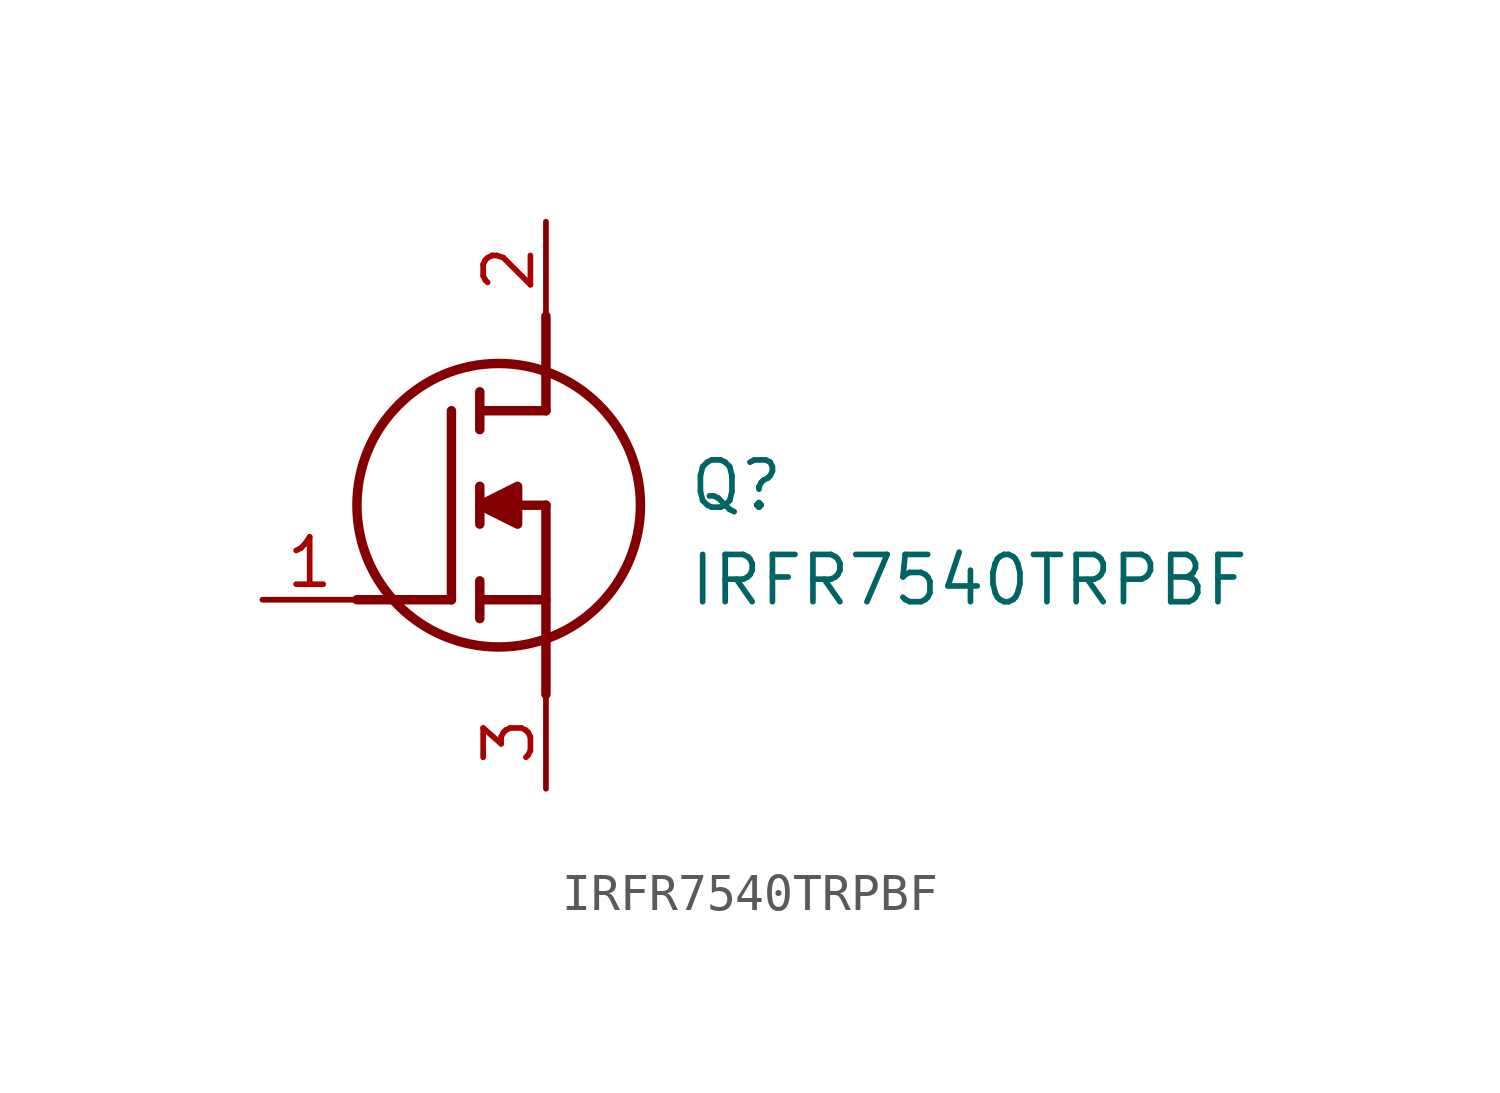
<source format=kicad_sym>
(kicad_symbol_lib
  (version 20211014)
  (generator SamacSys_ECAD_Model)
  (symbol "IRFR7540TRPBF"
    (pin_names hide)
    (property "Reference" "Q"
      (at 11.43 3.81 0)
      (effects (font (size 1.27 1.27)) (justify left top)))
    (property "Value" "IRFR7540TRPBF"
      (at 11.43 1.27 0)
      (effects (font (size 1.27 1.27)) (justify left top)))
    (polyline
      (pts (xy 7.62 2.54) (xy 7.62 -2.54))
      (stroke (width 0.254) (type default))
      (fill (type none)))
    (polyline
      (pts (xy 7.62 5.08) (xy 7.62 7.62))
      (stroke (width 0.254) (type default))
      (fill (type none)))
    (polyline
      (pts (xy 2.54 0) (xy 5.08 0))
      (stroke (width 0.254) (type default))
      (fill (type none)))
    (polyline
      (pts (xy 5.08 5.08) (xy 5.08 0))
      (stroke (width 0.254) (type default))
      (fill (type none)))
    (polyline
      (pts (xy 7.62 2.54) (xy 5.842 2.54))
      (stroke (width 0.254) (type default))
      (fill (type none)))
    (polyline
      (pts (xy 7.62 5.08) (xy 5.842 5.08))
      (stroke (width 0.254) (type default))
      (fill (type none)))
    (polyline
      (pts (xy 5.842 0) (xy 7.62 0))
      (stroke (width 0.254) (type default))
      (fill (type none)))
    (polyline
      (pts (xy 5.842 5.588) (xy 5.842 4.572))
      (stroke (width 0.254) (type default))
      (fill (type none)))
    (polyline
      (pts (xy 5.842 -0.508) (xy 5.842 0.508))
      (stroke (width 0.254) (type default))
      (fill (type none)))
    (polyline
      (pts (xy 5.842 2.032) (xy 5.842 3.048))
      (stroke (width 0.254) (type default))
      (fill (type none)))
    (circle
      (center 6.35 2.54)
      (radius 3.81)
      (stroke (width 0.254) (type default))
      (fill (type none)))
    (polyline
      (pts (xy 5.842 2.54) (xy 6.858 3.048) (xy 6.858 2.032) (xy 5.842 2.54))
      (stroke (width 0.254) (type default))
      (fill (type outline)))
    (pin passive line
      (at 0 0 0)
      (length 2.54)
      (name "G" (effects (font (size 1.27 1.27))))
      (number "1" (effects (font (size 1.27 1.27)))))
    (pin passive line
      (at 7.62 10.16 270)
      (length 2.54)
      (name "D" (effects (font (size 1.27 1.27))))
      (number "2" (effects (font (size 1.27 1.27)))))
    (pin passive line
      (at 7.62 -5.08 90)
      (length 2.54)
      (name "S" (effects (font (size 1.27 1.27))))
      (number "3" (effects (font (size 1.27 1.27)))))))
</source>
